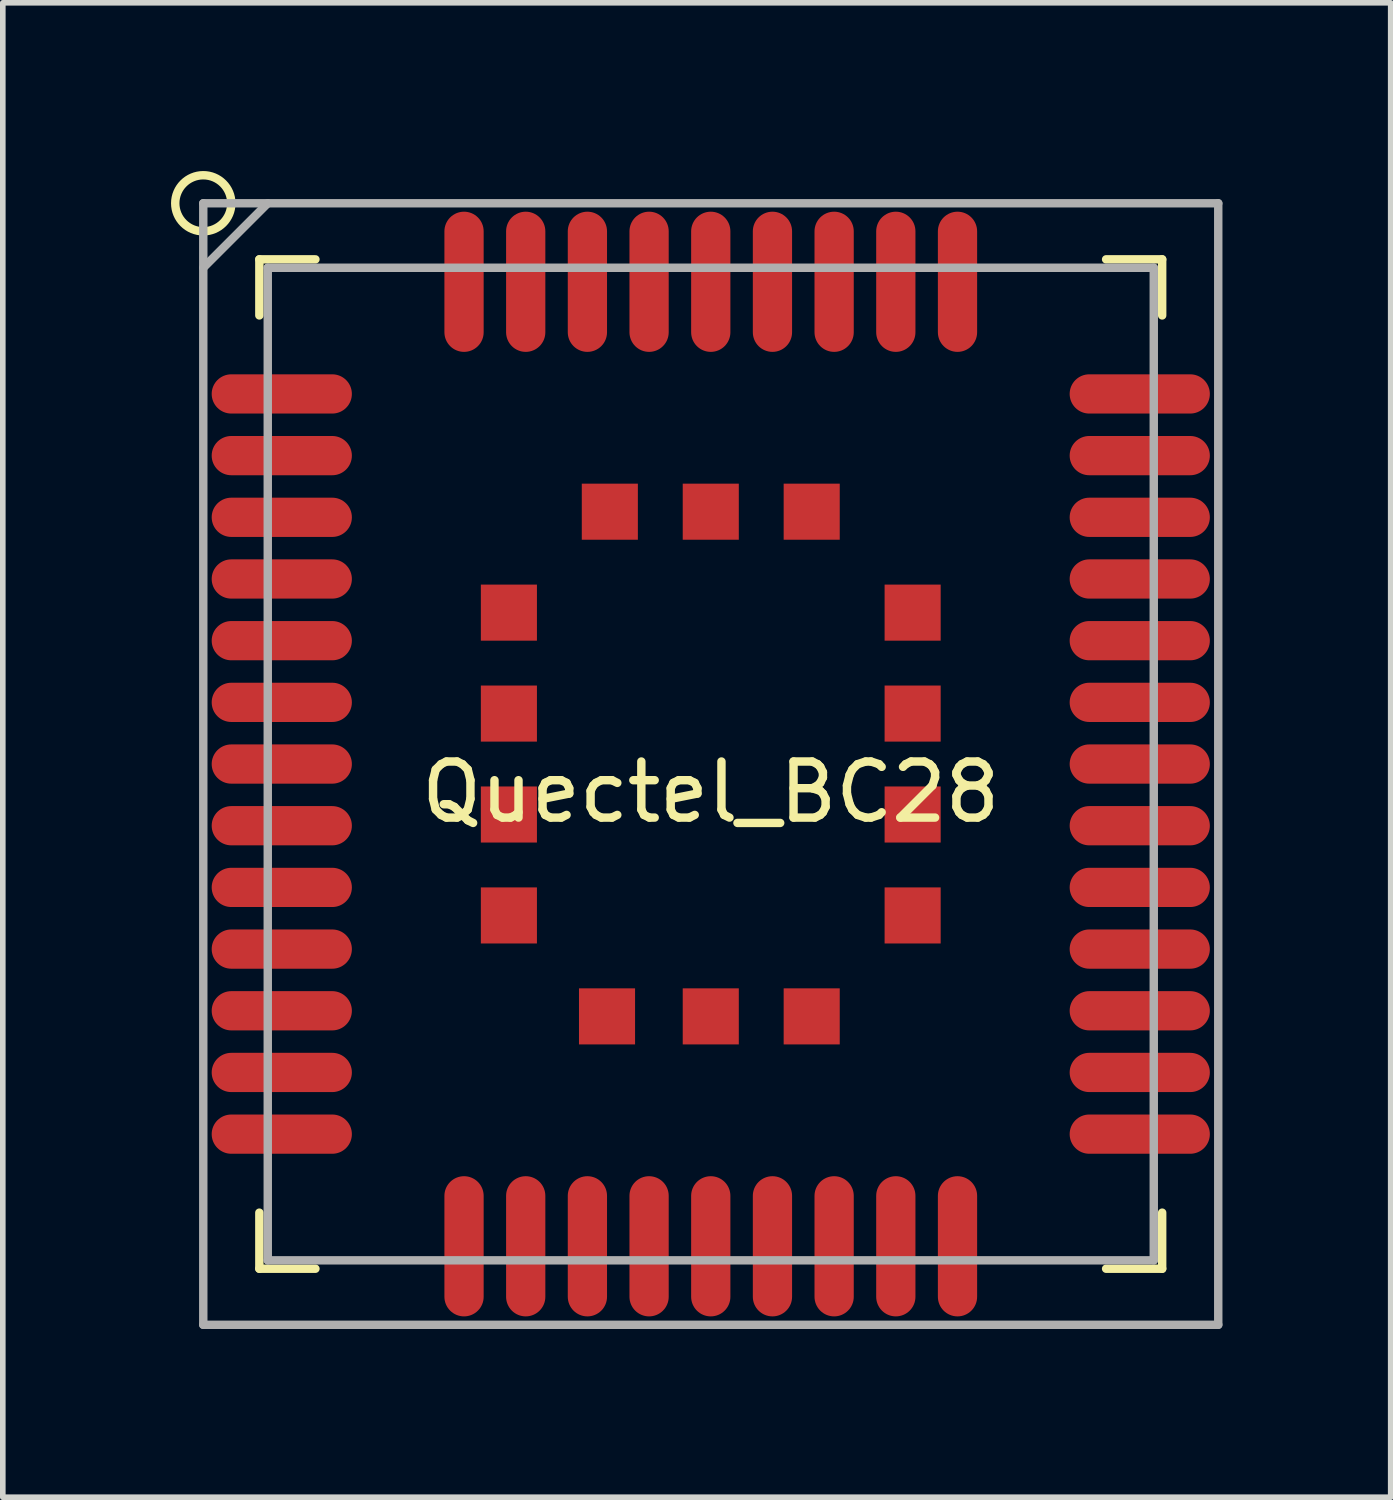
<source format=kicad_pcb>
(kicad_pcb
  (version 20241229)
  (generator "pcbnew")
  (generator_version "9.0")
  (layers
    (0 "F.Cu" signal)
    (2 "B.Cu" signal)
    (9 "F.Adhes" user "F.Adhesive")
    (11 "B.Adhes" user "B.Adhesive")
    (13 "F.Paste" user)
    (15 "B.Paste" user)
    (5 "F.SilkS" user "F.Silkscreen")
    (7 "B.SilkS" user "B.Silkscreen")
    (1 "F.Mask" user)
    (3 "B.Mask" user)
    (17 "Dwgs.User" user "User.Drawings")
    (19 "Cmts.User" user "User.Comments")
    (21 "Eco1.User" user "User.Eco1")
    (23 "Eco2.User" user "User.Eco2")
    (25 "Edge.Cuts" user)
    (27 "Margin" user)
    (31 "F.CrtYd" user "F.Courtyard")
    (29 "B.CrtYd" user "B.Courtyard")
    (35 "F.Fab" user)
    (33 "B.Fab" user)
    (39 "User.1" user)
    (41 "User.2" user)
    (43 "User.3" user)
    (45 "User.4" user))
  (footprint "Quectel_BC28"
    (layer "F.Cu")
    (at 9.625 10.575)
    (property "Reference" "Quectel_BC28" (at 0 0.5 0) (layer "F.SilkS") (effects (font (size 1 1) (thickness 0.15))))
    (attr through_hole)
    (fp_line (start -8.05 -9) (end -8.05 -8) (stroke (width 0.15) (type solid)) (layer "F.SilkS"))
    (fp_line (start -8.05 -9) (end -7.05 -9) (stroke (width 0.15) (type solid)) (layer "F.SilkS"))
    (fp_line (start -8.05 9) (end -8.05 8) (stroke (width 0.15) (type solid)) (layer "F.SilkS"))
    (fp_line (start -8.05 9) (end -7.05 9) (stroke (width 0.15) (type solid)) (layer "F.SilkS"))
    (fp_line (start 8.05 -9) (end 7.05 -9) (stroke (width 0.15) (type solid)) (layer "F.SilkS"))
    (fp_line (start 8.05 -9) (end 8.05 -8) (stroke (width 0.15) (type solid)) (layer "F.SilkS"))
    (fp_line (start 8.05 9) (end 7.05 9) (stroke (width 0.15) (type solid)) (layer "F.SilkS"))
    (fp_line (start 8.05 9) (end 8.05 8) (stroke (width 0.15) (type solid)) (layer "F.SilkS"))
    (fp_circle (center -9.05 -10) (end -9.05 -9.5) (stroke (width 0.15) (type solid)) (fill no) (layer "F.SilkS"))
    (fp_line (start -9.05 -10) (end 9.05 -10) (stroke (width 0.15) (type solid)) (layer "F.Fab"))
    (fp_line (start -9.05 -8.85) (end -7.9 -10) (stroke (width 0.15) (type solid)) (layer "F.Fab"))
    (fp_line (start -9.05 10) (end -9.05 -10) (stroke (width 0.15) (type solid)) (layer "F.Fab"))
    (fp_line (start -7.9 -8.85) (end 7.9 -8.85) (stroke (width 0.15) (type solid)) (layer "F.Fab"))
    (fp_line (start -7.9 8.85) (end -7.9 -8.85) (stroke (width 0.15) (type solid)) (layer "F.Fab"))
    (fp_line (start 7.9 -8.85) (end 7.9 8.85) (stroke (width 0.15) (type solid)) (layer "F.Fab"))
    (fp_line (start 7.9 8.85) (end -7.9 8.85) (stroke (width 0.15) (type solid)) (layer "F.Fab"))
    (fp_line (start 9.05 -10) (end 9.05 10) (stroke (width 0.15) (type solid)) (layer "F.Fab"))
    (fp_line (start 9.05 10) (end -9.05 10) (stroke (width 0.15) (type solid)) (layer "F.Fab"))
    (pad "1" smd oval (at -7.65 -6.6) (size 2.5 0.7) (layers "F.Cu" "F.Mask" "F.Paste"))
    (pad "2" smd oval (at -7.65 -5.5) (size 2.5 0.7) (layers "F.Cu" "F.Mask" "F.Paste"))
    (pad "3" smd oval (at -7.65 -4.4) (size 2.5 0.7) (layers "F.Cu" "F.Mask" "F.Paste"))
    (pad "4" smd oval (at -7.65 -3.3) (size 2.5 0.7) (layers "F.Cu" "F.Mask" "F.Paste"))
    (pad "5" smd oval (at -7.65 -2.2) (size 2.5 0.7) (layers "F.Cu" "F.Mask" "F.Paste"))
    (pad "6" smd oval (at -7.65 -1.1) (size 2.5 0.7) (layers "F.Cu" "F.Mask" "F.Paste"))
    (pad "7" smd oval (at -7.65 0) (size 2.5 0.7) (layers "F.Cu" "F.Mask" "F.Paste"))
    (pad "8" smd oval (at -7.65 1.1) (size 2.5 0.7) (layers "F.Cu" "F.Mask" "F.Paste"))
    (pad "9" smd oval (at -7.65 2.2) (size 2.5 0.7) (layers "F.Cu" "F.Mask" "F.Paste"))
    (pad "10" smd oval (at -7.65 3.3) (size 2.5 0.7) (layers "F.Cu" "F.Mask" "F.Paste"))
    (pad "11" smd oval (at -7.65 4.4) (size 2.5 0.7) (layers "F.Cu" "F.Mask" "F.Paste"))
    (pad "12" smd oval (at -7.65 5.5) (size 2.5 0.7) (layers "F.Cu" "F.Mask" "F.Paste"))
    (pad "13" smd oval (at -7.65 6.6) (size 2.5 0.7) (layers "F.Cu" "F.Mask" "F.Paste"))
    (pad "14" smd oval (at -4.4 8.6) (size 0.7 2.5) (layers "F.Cu" "F.Mask" "F.Paste"))
    (pad "15" smd oval (at -3.3 8.6) (size 0.7 2.5) (layers "F.Cu" "F.Mask" "F.Paste"))
    (pad "16" smd oval (at -2.2 8.6) (size 0.7 2.5) (layers "F.Cu" "F.Mask" "F.Paste"))
    (pad "17" smd oval (at -1.1 8.6) (size 0.7 2.5) (layers "F.Cu" "F.Mask" "F.Paste"))
    (pad "18" smd oval (at 0 8.6) (size 0.7 2.5) (layers "F.Cu" "F.Mask" "F.Paste"))
    (pad "19" smd oval (at 1.1 8.6) (size 0.7 2.5) (layers "F.Cu" "F.Mask" "F.Paste"))
    (pad "20" smd oval (at 2.2 8.6) (size 0.7 2.5) (layers "F.Cu" "F.Mask" "F.Paste"))
    (pad "21" smd oval (at 3.3 8.6) (size 0.7 2.5) (layers "F.Cu" "F.Mask" "F.Paste"))
    (pad "22" smd oval (at 4.4 8.6) (size 0.7 2.5) (layers "F.Cu" "F.Mask" "F.Paste"))
    (pad "23" smd oval (at 7.65 6.6) (size 2.5 0.7) (layers "F.Cu" "F.Mask" "F.Paste"))
    (pad "24" smd oval (at 7.65 5.5) (size 2.5 0.7) (layers "F.Cu" "F.Mask" "F.Paste"))
    (pad "25" smd oval (at 7.65 4.4) (size 2.5 0.7) (layers "F.Cu" "F.Mask" "F.Paste"))
    (pad "26" smd oval (at 7.65 3.3) (size 2.5 0.7) (layers "F.Cu" "F.Mask" "F.Paste"))
    (pad "27" smd oval (at 7.65 2.2) (size 2.5 0.7) (layers "F.Cu" "F.Mask" "F.Paste"))
    (pad "28" smd oval (at 7.65 1.1) (size 2.5 0.7) (layers "F.Cu" "F.Mask" "F.Paste"))
    (pad "29" smd oval (at 7.65 0) (size 2.5 0.7) (layers "F.Cu" "F.Mask" "F.Paste"))
    (pad "30" smd oval (at 7.65 -1.1) (size 2.5 0.7) (layers "F.Cu" "F.Mask" "F.Paste"))
    (pad "31" smd oval (at 7.65 -2.2) (size 2.5 0.7) (layers "F.Cu" "F.Mask" "F.Paste"))
    (pad "32" smd oval (at 7.65 -3.3) (size 2.5 0.7) (layers "F.Cu" "F.Mask" "F.Paste"))
    (pad "33" smd oval (at 7.65 -4.4) (size 2.5 0.7) (layers "F.Cu" "F.Mask" "F.Paste"))
    (pad "34" smd oval (at 7.65 -5.5) (size 2.5 0.7) (layers "F.Cu" "F.Mask" "F.Paste"))
    (pad "35" smd oval (at 7.65 -6.6) (size 2.5 0.7) (layers "F.Cu" "F.Mask" "F.Paste"))
    (pad "36" smd oval (at 4.4 -8.6) (size 0.7 2.5) (layers "F.Cu" "F.Mask" "F.Paste"))
    (pad "37" smd oval (at 3.3 -8.6) (size 0.7 2.5) (layers "F.Cu" "F.Mask" "F.Paste"))
    (pad "38" smd oval (at 2.2 -8.6) (size 0.7 2.5) (layers "F.Cu" "F.Mask" "F.Paste"))
    (pad "39" smd oval (at 1.1 -8.6) (size 0.7 2.5) (layers "F.Cu" "F.Mask" "F.Paste"))
    (pad "40" smd oval (at 0 -8.6) (size 0.7 2.5) (layers "F.Cu" "F.Mask" "F.Paste"))
    (pad "41" smd oval (at -1.1 -8.6) (size 0.7 2.5) (layers "F.Cu" "F.Mask" "F.Paste"))
    (pad "42" smd oval (at -2.2 -8.6) (size 0.7 2.5) (layers "F.Cu" "F.Mask" "F.Paste"))
    (pad "43" smd oval (at -3.3 -8.6) (size 0.7 2.5) (layers "F.Cu" "F.Mask" "F.Paste"))
    (pad "44" smd oval (at -4.4 -8.6) (size 0.7 2.5) (layers "F.Cu" "F.Mask" "F.Paste"))
    (pad "45" smd rect (at -3.6 -2.7) (size 1 1) (layers "F.Cu" "F.Mask" "F.Paste"))
    (pad "46" smd rect (at -3.6 -0.9) (size 1 1) (layers "F.Cu" "F.Mask" "F.Paste"))
    (pad "47" smd rect (at -3.6 0.9) (size 1 1) (layers "F.Cu" "F.Mask" "F.Paste"))
    (pad "48" smd rect (at -3.6 2.7) (size 1 1) (layers "F.Cu" "F.Mask" "F.Paste"))
    (pad "49" smd rect (at -1.85 4.5) (size 1 1) (layers "F.Cu" "F.Mask" "F.Paste"))
    (pad "50" smd rect (at 0 4.5) (size 1 1) (layers "F.Cu" "F.Mask" "F.Paste"))
    (pad "51" smd rect (at 1.8 4.5) (size 1 1) (layers "F.Cu" "F.Mask" "F.Paste"))
    (pad "52" smd rect (at 3.6 2.7) (size 1 1) (layers "F.Cu" "F.Mask" "F.Paste"))
    (pad "53" smd rect (at 3.6 0.9) (size 1 1) (layers "F.Cu" "F.Mask" "F.Paste"))
    (pad "54" smd rect (at 3.6 -0.9) (size 1 1) (layers "F.Cu" "F.Mask" "F.Paste"))
    (pad "55" smd rect (at 3.6 -2.7) (size 1 1) (layers "F.Cu" "F.Mask" "F.Paste"))
    (pad "56" smd rect (at 1.8 -4.5) (size 1 1) (layers "F.Cu" "F.Mask" "F.Paste"))
    (pad "57" smd rect (at 0 -4.5) (size 1 1) (layers "F.Cu" "F.Mask" "F.Paste"))
    (pad "58" smd rect (at -1.8 -4.5) (size 1 1) (layers "F.Cu" "F.Mask" "F.Paste")))
  (gr_rect
    (start -3 -3)
    (end 21.75 23.65)
    (stroke (width 0.1) (type default))
    (fill no)
    (layer "Edge.Cuts")))
</source>
